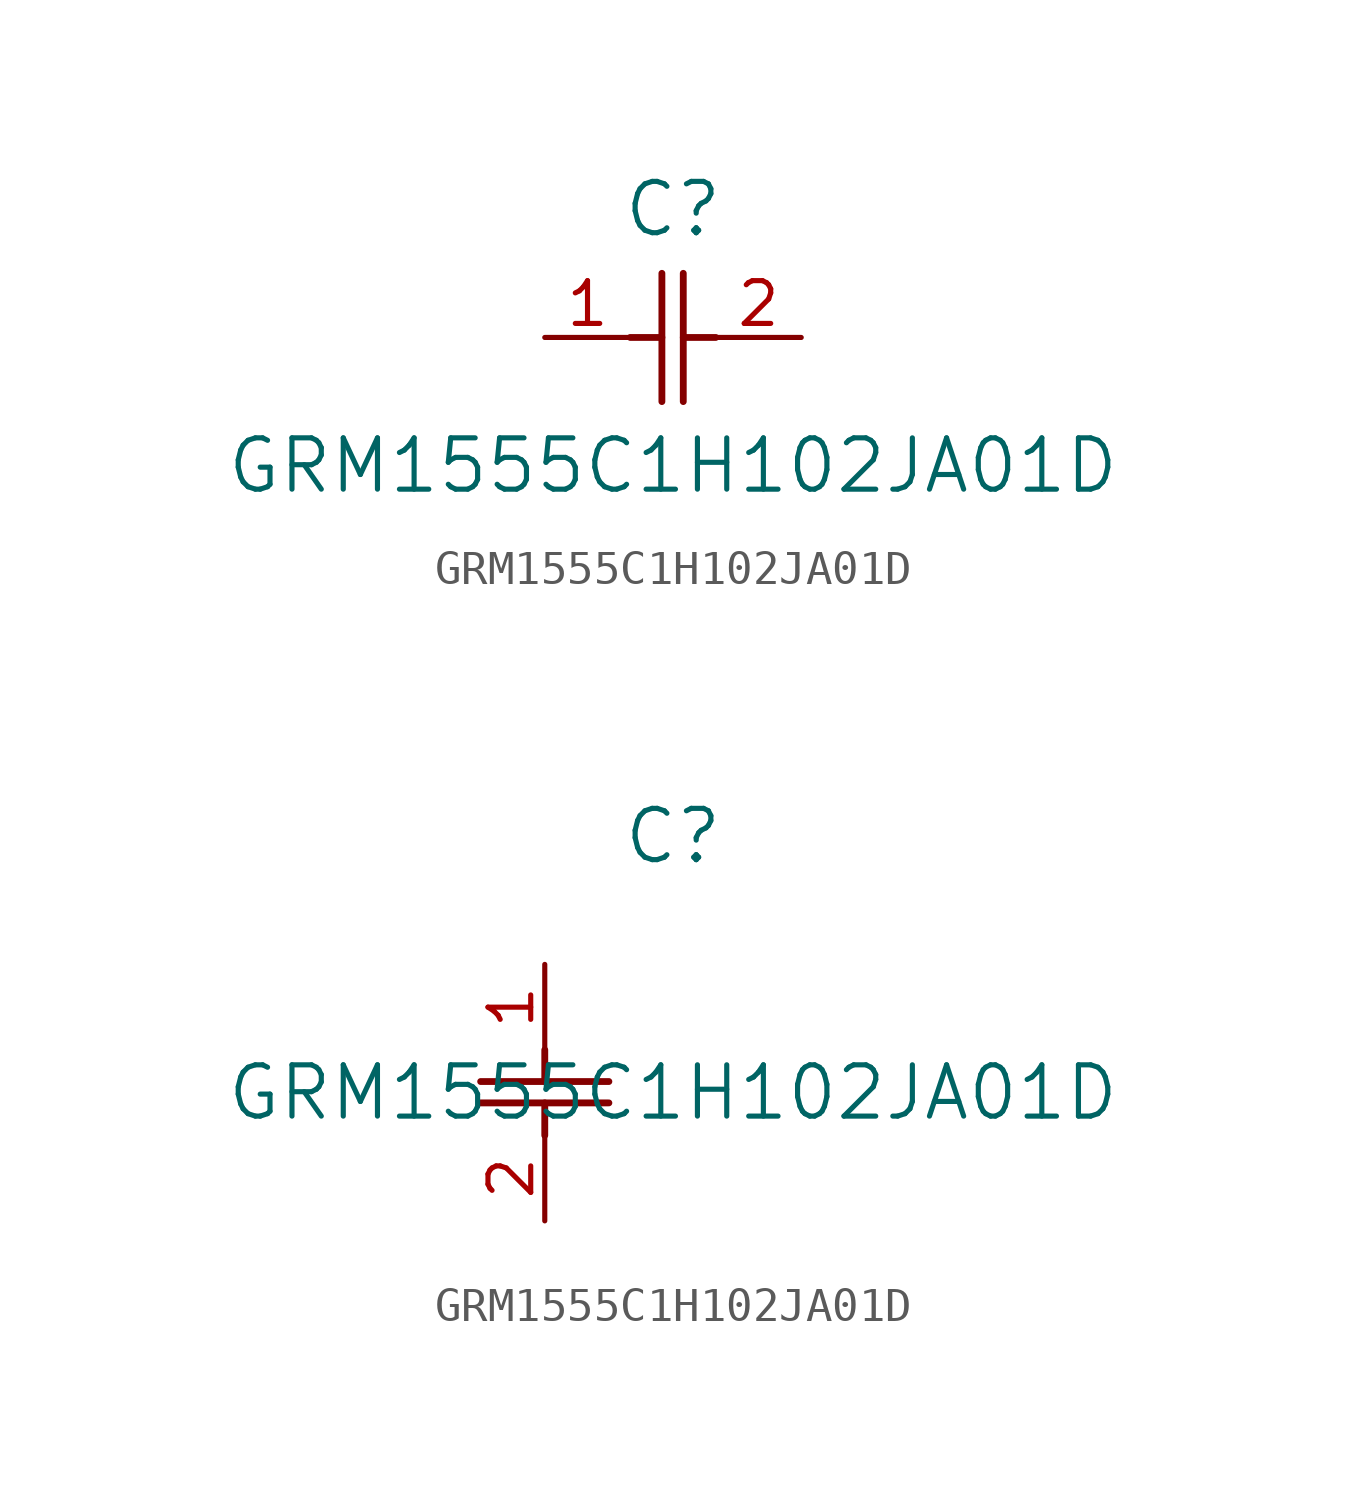
<source format=kicad_sym>
(kicad_symbol_lib
  (version 20211014)
  (generator kicad_symbol_editor)
  (symbol "GRM1555C1H102JA01D"
    (pin_names
      (offset 0.254))
    (property "Reference" "C"
      (at 3.81 3.81 0)
      (effects (font (size 1.524 1.524))))
    (property "Value" "GRM1555C1H102JA01D"
      (at 3.81 -3.81 0)
      (effects (font (size 1.524 1.524))))
    (symbol "GRM1555C1H102JA01D_1_1"
      (polyline (pts (xy 3.48 -1.905) (xy 3.48 1.905)) (stroke (width 0.203) (type default) (color 0 0 0 0)) (fill (type none)))
      (polyline (pts (xy 4.115 -1.905) (xy 4.115 1.905)) (stroke (width 0.203) (type default) (color 0 0 0 0)) (fill (type none)))
      (polyline (pts (xy 4.115 0) (xy 5.08 0)) (stroke (width 0.203) (type default) (color 0 0 0 0)) (fill (type none)))
      (polyline (pts (xy 2.54 0) (xy 3.48 0)) (stroke (width 0.203) (type default) (color 0 0 0 0)) (fill (type none)))
      (pin unspecified line (at 0 0 0) (length 2.54) (name "" (effects (font (size 1.27 1.27)))) (number "1" (effects (font (size 1.27 1.27)))))
      (pin unspecified line (at 7.62 0 180) (length 2.54) (name "" (effects (font (size 1.27 1.27)))) (number "2" (effects (font (size 1.27 1.27))))))
    (symbol "GRM1555C1H102JA01D_1_2"
      (polyline (pts (xy -1.905 -3.48) (xy 1.905 -3.48)) (stroke (width 0.203) (type default) (color 0 0 0 0)) (fill (type none)))
      (polyline (pts (xy -1.905 -4.115) (xy 1.905 -4.115)) (stroke (width 0.203) (type default) (color 0 0 0 0)) (fill (type none)))
      (polyline (pts (xy 0 -4.115) (xy 0 -5.08)) (stroke (width 0.203) (type default) (color 0 0 0 0)) (fill (type none)))
      (polyline (pts (xy 0 -2.54) (xy 0 -3.48)) (stroke (width 0.203) (type default) (color 0 0 0 0)) (fill (type none)))
      (pin unspecified line (at 0 0 270) (length 2.54) (name "" (effects (font (size 1.27 1.27)))) (number "1" (effects (font (size 1.27 1.27)))))
      (pin unspecified line (at 0 -7.62 90) (length 2.54) (name "" (effects (font (size 1.27 1.27)))) (number "2" (effects (font (size 1.27 1.27))))))))
</source>
